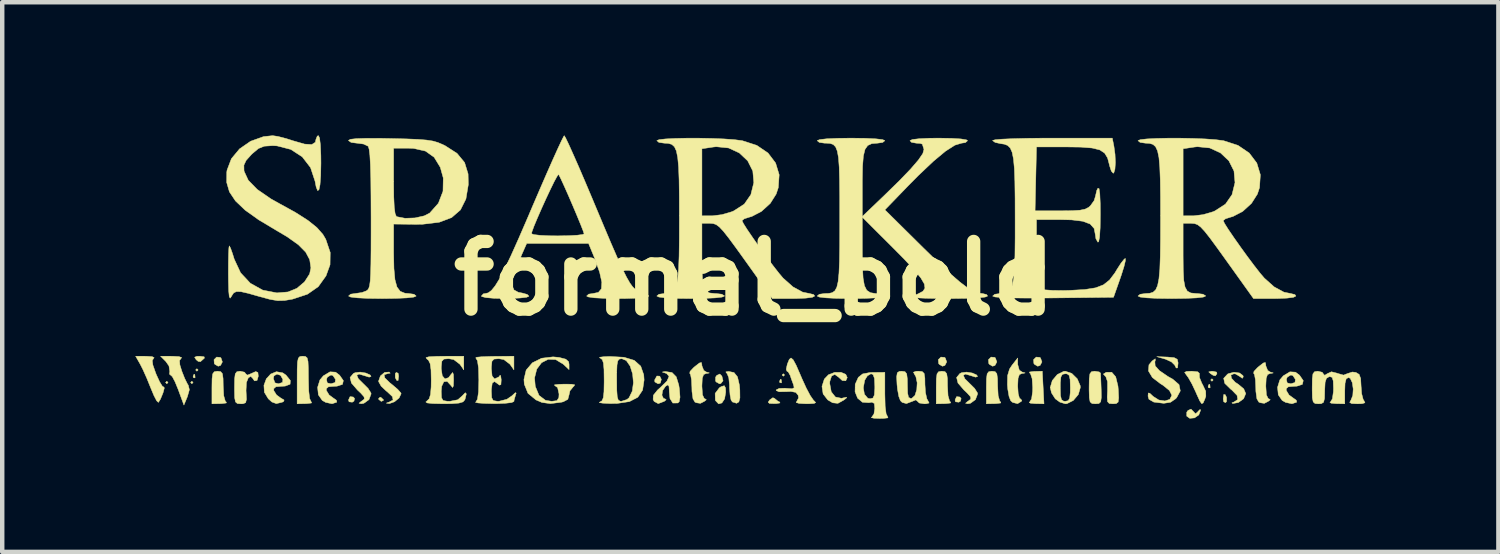
<source format=kicad_pcb>
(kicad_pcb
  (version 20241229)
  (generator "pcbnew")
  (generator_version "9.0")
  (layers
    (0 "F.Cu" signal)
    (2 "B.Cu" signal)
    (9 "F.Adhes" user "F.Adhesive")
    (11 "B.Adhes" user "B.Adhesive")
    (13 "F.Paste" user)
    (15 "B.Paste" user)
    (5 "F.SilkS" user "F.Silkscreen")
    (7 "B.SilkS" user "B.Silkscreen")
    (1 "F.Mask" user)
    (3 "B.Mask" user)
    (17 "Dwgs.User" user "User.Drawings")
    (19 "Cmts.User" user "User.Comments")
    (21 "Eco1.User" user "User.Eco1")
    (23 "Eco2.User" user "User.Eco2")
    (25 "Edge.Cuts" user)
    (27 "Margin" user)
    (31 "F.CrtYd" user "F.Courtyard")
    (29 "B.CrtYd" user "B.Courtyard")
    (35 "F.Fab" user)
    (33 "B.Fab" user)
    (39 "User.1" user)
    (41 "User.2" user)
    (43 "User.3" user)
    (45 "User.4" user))
  (footprint "formal_bold"
    (layer "F.Cu")
    (at 13.943 3.222)
    (property "Reference" "formal_bold" (at 0 0 0) (layer "F.SilkS") (effects (font (size 1.524 1.524) (thickness 0.3))))
    (attr through_hole)
    (fp_poly (pts (xy -13.208 2.342) (xy -13.236 2.371) (xy -13.264 2.342) (xy -13.236 2.314) (xy -13.208 2.342)) (stroke (width 0.01) (type solid)) (fill yes) (layer "F.SilkS"))
    (fp_poly (pts (xy -12.644 2.342) (xy -12.672 2.371) (xy -12.7 2.342) (xy -12.672 2.314) (xy -12.644 2.342)) (stroke (width 0.01) (type solid)) (fill yes) (layer "F.SilkS"))
    (fp_poly (pts (xy -12.531 2.06) (xy -12.559 2.088) (xy -12.587 2.06) (xy -12.559 2.032) (xy -12.531 2.06)) (stroke (width 0.01) (type solid)) (fill yes) (layer "F.SilkS"))
    (fp_poly (pts (xy 0.677 2.173) (xy 0.649 2.201) (xy 0.621 2.173) (xy 0.649 2.145) (xy 0.677 2.173)) (stroke (width 0.01) (type solid)) (fill yes) (layer "F.SilkS"))
    (fp_poly (pts (xy 10.329 2.286) (xy 10.301 2.314) (xy 10.273 2.286) (xy 10.301 2.258) (xy 10.329 2.286)) (stroke (width 0.01) (type solid)) (fill yes) (layer "F.SilkS"))
    (fp_poly (pts (xy -12.606 2.164) (xy -12.599 2.231) (xy -12.606 2.239) (xy -12.639 2.231) (xy -12.644 2.201) (xy -12.623 2.155) (xy -12.606 2.164)) (stroke (width 0.01) (type solid)) (fill yes) (layer "F.SilkS"))
    (fp_poly (pts (xy 0.602 2.277) (xy 0.609 2.344) (xy 0.602 2.352) (xy 0.569 2.344) (xy 0.564 2.314) (xy 0.585 2.268) (xy 0.602 2.277)) (stroke (width 0.01) (type solid)) (fill yes) (layer "F.SilkS"))
    (fp_poly (pts (xy 10.254 2.389) (xy 10.261 2.456) (xy 10.254 2.465) (xy 10.221 2.457) (xy 10.216 2.427) (xy 10.237 2.381) (xy 10.254 2.389)) (stroke (width 0.01) (type solid)) (fill yes) (layer "F.SilkS"))
    (fp_poly (pts (xy -9.037 2.669) (xy -9.007 2.703) (xy -9.022 2.763) (xy -9.06 2.786) (xy -9.132 2.777) (xy -9.144 2.736) (xy -9.109 2.661) (xy -9.037 2.669)) (stroke (width 0.01) (type solid)) (fill yes) (layer "F.SilkS"))
    (fp_poly (pts (xy -8.027 2.134) (xy -8.015 2.198) (xy -8.028 2.3) (xy -8.061 2.293) (xy -8.091 2.231) (xy -8.091 2.141) (xy -8.069 2.115) (xy -8.027 2.134)) (stroke (width 0.01) (type solid)) (fill yes) (layer "F.SilkS"))
    (fp_poly (pts (xy -2.134 2.2) (xy -2.099 2.272) (xy -2.121 2.356) (xy -2.173 2.371) (xy -2.245 2.33) (xy -2.248 2.283) (xy -2.199 2.196) (xy -2.134 2.2)) (stroke (width 0.01) (type solid)) (fill yes) (layer "F.SilkS"))
    (fp_poly (pts (xy 4.623 2.669) (xy 4.653 2.703) (xy 4.638 2.763) (xy 4.6 2.786) (xy 4.527 2.777) (xy 4.516 2.736) (xy 4.551 2.661) (xy 4.623 2.669)) (stroke (width 0.01) (type solid)) (fill yes) (layer "F.SilkS"))
    (fp_poly (pts (xy 10.601 2.617) (xy 10.631 2.679) (xy 10.631 2.77) (xy 10.609 2.796) (xy 10.567 2.777) (xy 10.555 2.713) (xy 10.568 2.611) (xy 10.601 2.617)) (stroke (width 0.01) (type solid)) (fill yes) (layer "F.SilkS"))
    (fp_poly (pts (xy -8.41 2.681) (xy -8.356 2.732) (xy -8.354 2.741) (xy -8.397 2.765) (xy -8.41 2.766) (xy -8.464 2.722) (xy -8.467 2.706) (xy -8.432 2.672) (xy -8.41 2.681)) (stroke (width 0.01) (type solid)) (fill yes) (layer "F.SilkS"))
    (fp_poly (pts (xy 10.406 2.108) (xy 10.414 2.145) (xy 10.378 2.193) (xy 10.331 2.182) (xy 10.273 2.145) (xy 10.229 2.104) (xy 10.286 2.09) (xy 10.319 2.089) (xy 10.406 2.108)) (stroke (width 0.01) (type solid)) (fill yes) (layer "F.SilkS"))
    (fp_poly (pts (xy -12.032 1.777) (xy -12.016 1.79) (xy -11.985 1.879) (xy -12.026 1.958) (xy -12.079 1.976) (xy -12.152 1.934) (xy -12.167 1.914) (xy -12.173 1.828) (xy -12.114 1.77) (xy -12.032 1.777)) (stroke (width 0.01) (type solid)) (fill yes) (layer "F.SilkS"))
    (fp_poly (pts (xy -0.735 2.199) (xy -0.709 2.304) (xy -0.76 2.366) (xy -0.79 2.371) (xy -0.863 2.33) (xy -0.878 2.309) (xy -0.877 2.222) (xy -0.851 2.183) (xy -0.782 2.151) (xy -0.735 2.199)) (stroke (width 0.01) (type solid)) (fill yes) (layer "F.SilkS"))
    (fp_poly (pts (xy 4.281 1.777) (xy 4.296 1.79) (xy 4.328 1.879) (xy 4.287 1.958) (xy 4.233 1.976) (xy 4.161 1.934) (xy 4.146 1.914) (xy 4.139 1.828) (xy 4.199 1.77) (xy 4.281 1.777)) (stroke (width 0.01) (type solid)) (fill yes) (layer "F.SilkS"))
    (fp_poly (pts (xy 5.41 1.777) (xy 5.425 1.79) (xy 5.457 1.879) (xy 5.415 1.958) (xy 5.362 1.976) (xy 5.29 1.934) (xy 5.275 1.914) (xy 5.268 1.828) (xy 5.328 1.77) (xy 5.41 1.777)) (stroke (width 0.01) (type solid)) (fill yes) (layer "F.SilkS"))
    (fp_poly (pts (xy 6.426 1.777) (xy 6.441 1.79) (xy 6.473 1.879) (xy 6.431 1.958) (xy 6.378 1.976) (xy 6.306 1.934) (xy 6.291 1.914) (xy 6.284 1.828) (xy 6.344 1.77) (xy 6.426 1.777)) (stroke (width 0.01) (type solid)) (fill yes) (layer "F.SilkS"))
    (fp_poly (pts (xy -12.396 1.763) (xy -12.389 1.793) (xy -12.39 1.794) (xy -12.464 1.86) (xy -12.474 1.872) (xy -12.529 1.867) (xy -12.575 1.829) (xy -12.61 1.773) (xy -12.557 1.752) (xy -12.491 1.751) (xy -12.396 1.763)) (stroke (width 0.01) (type solid)) (fill yes) (layer "F.SilkS"))
    (fp_poly (pts (xy 0.447 2.698) (xy 0.525 2.762) (xy 0.564 2.781) (xy 0.574 2.803) (xy 0.49 2.817) (xy 0.459 2.818) (xy 0.336 2.814) (xy 0.307 2.786) (xy 0.341 2.735) (xy 0.412 2.685) (xy 0.447 2.698)) (stroke (width 0.01) (type solid)) (fill yes) (layer "F.SilkS"))
    (fp_poly (pts (xy -0.653 2.465) (xy -0.649 2.56) (xy -0.674 2.71) (xy -0.735 2.803) (xy -0.809 2.824) (xy -0.875 2.755) (xy -0.883 2.738) (xy -0.887 2.588) (xy -0.792 2.462) (xy -0.751 2.436) (xy -0.68 2.414) (xy -0.653 2.465)) (stroke (width 0.01) (type solid)) (fill yes) (layer "F.SilkS"))
    (fp_poly (pts (xy 9.299 1.769) (xy 9.451 1.783) (xy 9.521 1.82) (xy 9.539 1.898) (xy 9.539 1.905) (xy 9.527 2.014) (xy 9.496 2.015) (xy 9.463 1.95) (xy 9.391 1.879) (xy 9.259 1.818) (xy 9.245 1.814) (xy 9.059 1.76) (xy 9.299 1.769)) (stroke (width 0.01) (type solid)) (fill yes) (layer "F.SilkS"))
    (fp_poly (pts (xy 9.88 2.992) (xy 9.932 3.048) (xy 9.983 3.002) (xy 9.99 2.992) (xy 10.035 2.948) (xy 10.046 2.966) (xy 10.006 3.072) (xy 9.91 3.139) (xy 9.802 3.149) (xy 9.734 3.1) (xy 9.734 3.012) (xy 9.761 2.973) (xy 9.83 2.942) (xy 9.88 2.992)) (stroke (width 0.01) (type solid)) (fill yes) (layer "F.SilkS"))
    (fp_poly (pts (xy 6.519 2.822) (xy 6.322 2.818) (xy 6.212 2.808) (xy 6.185 2.79) (xy 6.195 2.785) (xy 6.24 2.71) (xy 6.263 2.542) (xy 6.265 2.455) (xy 6.252 2.256) (xy 6.215 2.143) (xy 6.195 2.126) (xy 6.193 2.106) (xy 6.282 2.094) (xy 6.303 2.093) (xy 6.481 2.088) (xy 6.519 2.822)) (stroke (width 0.01) (type solid)) (fill yes) (layer "F.SilkS"))
    (fp_poly (pts (xy -12.022 2.098) (xy -11.984 2.144) (xy -11.969 2.253) (xy -11.966 2.422) (xy -11.954 2.641) (xy -11.919 2.763) (xy -11.896 2.785) (xy -11.897 2.804) (xy -11.987 2.816) (xy -12.023 2.818) (xy -12.22 2.822) (xy -12.22 2.455) (xy -12.217 2.258) (xy -12.203 2.148) (xy -12.167 2.1) (xy -12.103 2.089) (xy -12.093 2.088) (xy -12.022 2.098)) (stroke (width 0.01) (type solid)) (fill yes) (layer "F.SilkS"))
    (fp_poly (pts (xy -0.462 2.118) (xy -0.384 2.215) (xy -0.341 2.399) (xy -0.331 2.511) (xy -0.329 2.688) (xy -0.353 2.779) (xy -0.404 2.81) (xy -0.498 2.781) (xy -0.529 2.736) (xy -0.551 2.623) (xy -0.564 2.455) (xy -0.564 2.399) (xy -0.58 2.233) (xy -0.62 2.136) (xy -0.635 2.126) (xy -0.646 2.103) (xy -0.585 2.093) (xy -0.462 2.118)) (stroke (width 0.01) (type solid)) (fill yes) (layer "F.SilkS"))
    (fp_poly (pts (xy 4.29 2.098) (xy 4.328 2.144) (xy 4.344 2.253) (xy 4.346 2.422) (xy 4.358 2.641) (xy 4.394 2.763) (xy 4.417 2.785) (xy 4.416 2.804) (xy 4.325 2.816) (xy 4.29 2.818) (xy 4.092 2.822) (xy 4.092 2.455) (xy 4.095 2.258) (xy 4.11 2.148) (xy 4.145 2.1) (xy 4.209 2.089) (xy 4.219 2.088) (xy 4.29 2.098)) (stroke (width 0.01) (type solid)) (fill yes) (layer "F.SilkS"))
    (fp_poly (pts (xy 5.419 2.098) (xy 5.457 2.144) (xy 5.472 2.253) (xy 5.475 2.422) (xy 5.487 2.641) (xy 5.523 2.763) (xy 5.546 2.785) (xy 5.545 2.804) (xy 5.454 2.816) (xy 5.419 2.818) (xy 5.221 2.822) (xy 5.221 2.455) (xy 5.224 2.258) (xy 5.239 2.148) (xy 5.274 2.1) (xy 5.338 2.089) (xy 5.348 2.088) (xy 5.419 2.098)) (stroke (width 0.01) (type solid)) (fill yes) (layer "F.SilkS"))
    (fp_poly (pts (xy 8.134 2.214) (xy 8.185 2.422) (xy 8.193 2.515) (xy 8.201 2.691) (xy 8.189 2.783) (xy 8.145 2.817) (xy 8.072 2.822) (xy 7.989 2.815) (xy 7.95 2.773) (xy 7.943 2.669) (xy 7.95 2.533) (xy 7.95 2.323) (xy 7.912 2.211) (xy 7.896 2.197) (xy 7.856 2.152) (xy 7.919 2.113) (xy 8.045 2.111) (xy 8.134 2.214)) (stroke (width 0.01) (type solid)) (fill yes) (layer "F.SilkS"))
    (fp_poly (pts (xy 7.763 2.105) (xy 7.793 2.131) (xy 7.796 2.206) (xy 7.802 2.358) (xy 7.807 2.498) (xy 7.81 2.68) (xy 7.796 2.777) (xy 7.755 2.816) (xy 7.676 2.822) (xy 7.601 2.816) (xy 7.558 2.779) (xy 7.54 2.688) (xy 7.535 2.515) (xy 7.535 2.455) (xy 7.538 2.258) (xy 7.553 2.148) (xy 7.588 2.1) (xy 7.652 2.089) (xy 7.662 2.088) (xy 7.763 2.105)) (stroke (width 0.01) (type solid)) (fill yes) (layer "F.SilkS"))
    (fp_poly (pts (xy -10.114 1.756) (xy -10.076 1.788) (xy -10.056 1.868) (xy -10.049 2.019) (xy -10.047 2.253) (xy -10.04 2.53) (xy -10.02 2.703) (xy -9.984 2.78) (xy -9.977 2.785) (xy -9.978 2.804) (xy -10.068 2.816) (xy -10.104 2.818) (xy -10.301 2.822) (xy -10.301 2.286) (xy -10.3 2.037) (xy -10.293 1.881) (xy -10.274 1.794) (xy -10.24 1.758) (xy -10.185 1.75) (xy -10.174 1.75) (xy -10.114 1.756)) (stroke (width 0.01) (type solid)) (fill yes) (layer "F.SilkS"))
    (fp_poly (pts (xy 9.982 2.102) (xy 10.021 2.139) (xy 10.018 2.147) (xy 10.021 2.229) (xy 10.073 2.358) (xy 10.092 2.391) (xy 10.161 2.537) (xy 10.164 2.652) (xy 10.138 2.726) (xy 10.102 2.804) (xy 10.07 2.819) (xy 10.028 2.758) (xy 9.96 2.61) (xy 9.939 2.561) (xy 9.853 2.378) (xy 9.77 2.232) (xy 9.723 2.168) (xy 9.686 2.116) (xy 9.728 2.093) (xy 9.849 2.088) (xy 9.982 2.102)) (stroke (width 0.01) (type solid)) (fill yes) (layer "F.SilkS"))
    (fp_poly (pts (xy -13.109 1.751) (xy -12.962 1.759) (xy -12.902 1.781) (xy -12.913 1.797) (xy -12.95 1.848) (xy -12.942 1.946) (xy -12.898 2.088) (xy -12.833 2.252) (xy -12.772 2.375) (xy -12.753 2.403) (xy -12.728 2.505) (xy -12.773 2.662) (xy -12.851 2.85) (xy -12.98 2.499) (xy -13.051 2.326) (xy -13.113 2.209) (xy -13.153 2.174) (xy -13.153 2.174) (xy -13.177 2.153) (xy -13.169 2.094) (xy -13.188 1.969) (xy -13.259 1.868) (xy -13.377 1.75) (xy -13.109 1.751)) (stroke (width 0.01) (type solid)) (fill yes) (layer "F.SilkS"))
    (fp_poly (pts (xy -13.7 1.751) (xy -13.566 1.76) (xy -13.521 1.783) (xy -13.533 1.797) (xy -13.564 1.848) (xy -13.55 1.95) (xy -13.488 2.126) (xy -13.473 2.164) (xy -13.399 2.325) (xy -13.337 2.426) (xy -13.303 2.446) (xy -13.292 2.465) (xy -13.317 2.561) (xy -13.326 2.587) (xy -13.379 2.716) (xy -13.424 2.788) (xy -13.427 2.79) (xy -13.465 2.754) (xy -13.526 2.637) (xy -13.598 2.465) (xy -13.685 2.25) (xy -13.775 2.049) (xy -13.834 1.933) (xy -13.938 1.75) (xy -13.7 1.751)) (stroke (width 0.01) (type solid)) (fill yes) (layer "F.SilkS"))
    (fp_poly (pts (xy 2.055 2.159) (xy 2.088 2.231) (xy 2.055 2.304) (xy 1.976 2.298) (xy 1.892 2.221) (xy 1.807 2.16) (xy 1.735 2.197) (xy 1.696 2.317) (xy 1.693 2.363) (xy 1.728 2.552) (xy 1.821 2.669) (xy 1.957 2.698) (xy 1.981 2.693) (xy 2.074 2.673) (xy 2.065 2.696) (xy 2.007 2.74) (xy 1.877 2.812) (xy 1.759 2.799) (xy 1.649 2.734) (xy 1.545 2.6) (xy 1.519 2.43) (xy 1.572 2.265) (xy 1.665 2.168) (xy 1.805 2.114) (xy 1.948 2.113) (xy 2.055 2.159)) (stroke (width 0.01) (type solid)) (fill yes) (layer "F.SilkS"))
    (fp_poly (pts (xy 5.927 1.936) (xy 5.963 2.064) (xy 6.025 2.106) (xy 6.095 2.127) (xy 6.055 2.136) (xy 6.025 2.138) (xy 5.965 2.164) (xy 5.935 2.248) (xy 5.927 2.416) (xy 5.927 2.427) (xy 5.938 2.594) (xy 5.966 2.694) (xy 5.986 2.709) (xy 6.02 2.744) (xy 6.011 2.766) (xy 5.924 2.819) (xy 5.813 2.791) (xy 5.769 2.752) (xy 5.732 2.657) (xy 5.704 2.495) (xy 5.695 2.393) (xy 5.699 2.186) (xy 5.743 2.039) (xy 5.803 1.948) (xy 5.927 1.791) (xy 5.927 1.936)) (stroke (width 0.01) (type solid)) (fill yes) (layer "F.SilkS"))
    (fp_poly (pts (xy -8.205 2.132) (xy -8.255 2.14) (xy -8.342 2.168) (xy -8.327 2.238) (xy -8.21 2.352) (xy -8.156 2.395) (xy -8.036 2.497) (xy -7.966 2.576) (xy -7.959 2.595) (xy -8.004 2.689) (xy -8.108 2.776) (xy -8.22 2.816) (xy -8.231 2.816) (xy -8.293 2.807) (xy -8.247 2.789) (xy -8.227 2.783) (xy -8.141 2.736) (xy -8.155 2.661) (xy -8.272 2.55) (xy -8.297 2.531) (xy -8.409 2.425) (xy -8.465 2.324) (xy -8.467 2.311) (xy -8.426 2.195) (xy -8.331 2.115) (xy -8.229 2.107) (xy -8.205 2.132)) (stroke (width 0.01) (type solid)) (fill yes) (layer "F.SilkS"))
    (fp_poly (pts (xy -8.754 2.129) (xy -8.658 2.172) (xy -8.636 2.206) (xy -8.679 2.222) (xy -8.777 2.191) (xy -8.908 2.152) (xy -8.957 2.179) (xy -8.921 2.26) (xy -8.819 2.361) (xy -8.704 2.475) (xy -8.64 2.576) (xy -8.635 2.599) (xy -8.684 2.729) (xy -8.799 2.811) (xy -8.859 2.821) (xy -8.908 2.809) (xy -8.858 2.768) (xy -8.843 2.758) (xy -8.788 2.716) (xy -8.794 2.665) (xy -8.869 2.58) (xy -8.942 2.512) (xy -9.078 2.355) (xy -9.109 2.23) (xy -9.034 2.14) (xy -8.994 2.121) (xy -8.883 2.108) (xy -8.754 2.129)) (stroke (width 0.01) (type solid)) (fill yes) (layer "F.SilkS"))
    (fp_poly (pts (xy 4.905 2.129) (xy 5.001 2.172) (xy 5.024 2.206) (xy 4.98 2.222) (xy 4.882 2.191) (xy 4.751 2.152) (xy 4.702 2.179) (xy 4.738 2.26) (xy 4.841 2.361) (xy 4.956 2.475) (xy 5.02 2.576) (xy 5.024 2.599) (xy 4.975 2.729) (xy 4.861 2.811) (xy 4.801 2.821) (xy 4.752 2.809) (xy 4.801 2.768) (xy 4.817 2.758) (xy 4.871 2.716) (xy 4.866 2.665) (xy 4.79 2.58) (xy 4.718 2.512) (xy 4.582 2.355) (xy 4.551 2.23) (xy 4.625 2.14) (xy 4.666 2.121) (xy 4.777 2.108) (xy 4.905 2.129)) (stroke (width 0.01) (type solid)) (fill yes) (layer "F.SilkS"))
    (fp_poly (pts (xy 10.923 2.128) (xy 11 2.186) (xy 11.007 2.216) (xy 10.985 2.248) (xy 10.939 2.213) (xy 10.839 2.152) (xy 10.798 2.145) (xy 10.729 2.174) (xy 10.741 2.246) (xy 10.824 2.336) (xy 10.894 2.382) (xy 11.018 2.486) (xy 11.063 2.592) (xy 11.014 2.708) (xy 10.897 2.793) (xy 10.77 2.816) (xy 10.751 2.8) (xy 10.795 2.783) (xy 10.883 2.726) (xy 10.868 2.634) (xy 10.753 2.515) (xy 10.724 2.492) (xy 10.59 2.361) (xy 10.566 2.248) (xy 10.654 2.153) (xy 10.67 2.144) (xy 10.798 2.111) (xy 10.923 2.128)) (stroke (width 0.01) (type solid)) (fill yes) (layer "F.SilkS"))
    (fp_poly (pts (xy -11.486 2.11) (xy -11.458 2.147) (xy -11.424 2.176) (xy -11.349 2.147) (xy -11.234 2.096) (xy -11.185 2.116) (xy -11.176 2.201) (xy -11.204 2.296) (xy -11.262 2.306) (xy -11.305 2.244) (xy -11.347 2.203) (xy -11.401 2.238) (xy -11.443 2.342) (xy -11.452 2.522) (xy -11.45 2.563) (xy -11.442 2.721) (xy -11.461 2.797) (xy -11.52 2.821) (xy -11.571 2.822) (xy -11.647 2.816) (xy -11.689 2.78) (xy -11.708 2.688) (xy -11.712 2.516) (xy -11.712 2.455) (xy -11.709 2.258) (xy -11.695 2.148) (xy -11.659 2.1) (xy -11.595 2.089) (xy -11.585 2.088) (xy -11.486 2.11)) (stroke (width 0.01) (type solid)) (fill yes) (layer "F.SilkS"))
    (fp_poly (pts (xy -1.185 1.947) (xy -1.185 1.967) (xy -1.143 2.071) (xy -1.087 2.106) (xy -1.017 2.127) (xy -1.057 2.136) (xy -1.087 2.138) (xy -1.147 2.164) (xy -1.177 2.248) (xy -1.185 2.416) (xy -1.185 2.427) (xy -1.172 2.621) (xy -1.131 2.706) (xy -1.115 2.71) (xy -1.085 2.73) (xy -1.129 2.766) (xy -1.219 2.812) (xy -1.304 2.799) (xy -1.341 2.785) (xy -1.386 2.71) (xy -1.409 2.542) (xy -1.411 2.455) (xy -1.419 2.284) (xy -1.44 2.166) (xy -1.459 2.135) (xy -1.452 2.093) (xy -1.375 2.01) (xy -1.346 1.985) (xy -1.241 1.903) (xy -1.196 1.892) (xy -1.185 1.947)) (stroke (width 0.01) (type solid)) (fill yes) (layer "F.SilkS"))
    (fp_poly (pts (xy 11.515 1.947) (xy 11.515 1.967) (xy 11.557 2.071) (xy 11.613 2.106) (xy 11.683 2.127) (xy 11.643 2.136) (xy 11.613 2.138) (xy 11.553 2.164) (xy 11.523 2.248) (xy 11.515 2.416) (xy 11.515 2.427) (xy 11.528 2.621) (xy 11.569 2.706) (xy 11.585 2.71) (xy 11.615 2.73) (xy 11.571 2.766) (xy 11.481 2.812) (xy 11.396 2.799) (xy 11.359 2.785) (xy 11.314 2.71) (xy 11.291 2.542) (xy 11.289 2.455) (xy 11.281 2.284) (xy 11.26 2.166) (xy 11.241 2.135) (xy 11.248 2.093) (xy 11.325 2.01) (xy 11.354 1.985) (xy 11.459 1.903) (xy 11.504 1.892) (xy 11.515 1.947)) (stroke (width 0.01) (type solid)) (fill yes) (layer "F.SilkS"))
    (fp_poly (pts (xy -9.434 2.11) (xy -9.346 2.177) (xy -9.26 2.3) (xy -9.28 2.385) (xy -9.403 2.425) (xy -9.459 2.427) (xy -9.594 2.438) (xy -9.643 2.481) (xy -9.642 2.524) (xy -9.58 2.624) (xy -9.497 2.685) (xy -9.415 2.744) (xy -9.408 2.785) (xy -9.514 2.821) (xy -9.658 2.79) (xy -9.735 2.746) (xy -9.823 2.62) (xy -9.84 2.451) (xy -9.788 2.285) (xy -9.777 2.272) (xy -9.641 2.272) (xy -9.622 2.352) (xy -9.539 2.371) (xy -9.446 2.342) (xy -9.437 2.272) (xy -9.493 2.188) (xy -9.539 2.173) (xy -9.619 2.22) (xy -9.641 2.272) (xy -9.777 2.272) (xy -9.712 2.193) (xy -9.56 2.102) (xy -9.434 2.11)) (stroke (width 0.01) (type solid)) (fill yes) (layer "F.SilkS"))
    (fp_poly (pts (xy -1.858 2.118) (xy -1.763 2.214) (xy -1.706 2.399) (xy -1.693 2.484) (xy -1.678 2.674) (xy -1.697 2.776) (xy -1.728 2.804) (xy -1.84 2.805) (xy -1.904 2.705) (xy -1.919 2.558) (xy -1.926 2.43) (xy -1.953 2.396) (xy -2.004 2.427) (xy -2.069 2.522) (xy -2.086 2.628) (xy -2.051 2.701) (xy -2.018 2.71) (xy -1.989 2.73) (xy -2.032 2.766) (xy -2.169 2.818) (xy -2.261 2.768) (xy -2.284 2.723) (xy -2.278 2.629) (xy -2.184 2.512) (xy -2.12 2.455) (xy -1.972 2.309) (xy -1.925 2.206) (xy -1.979 2.141) (xy -2.018 2.127) (xy -2.077 2.107) (xy -2.029 2.097) (xy -2.004 2.096) (xy -1.858 2.118)) (stroke (width 0.01) (type solid)) (fill yes) (layer "F.SilkS"))
    (fp_poly (pts (xy 9.028 1.839) (xy 9.016 1.875) (xy 9.023 1.968) (xy 9.118 2.075) (xy 9.307 2.205) (xy 9.421 2.269) (xy 9.56 2.389) (xy 9.589 2.531) (xy 9.507 2.684) (xy 9.483 2.709) (xy 9.368 2.788) (xy 9.217 2.811) (xy 8.997 2.784) (xy 8.989 2.782) (xy 8.883 2.72) (xy 8.862 2.649) (xy 8.868 2.578) (xy 8.902 2.585) (xy 8.978 2.656) (xy 9.106 2.737) (xy 9.242 2.758) (xy 9.352 2.722) (xy 9.398 2.632) (xy 9.398 2.628) (xy 9.345 2.523) (xy 9.194 2.401) (xy 9.144 2.371) (xy 8.96 2.23) (xy 8.872 2.083) (xy 8.883 1.944) (xy 8.954 1.858) (xy 9.024 1.808) (xy 9.028 1.839)) (stroke (width 0.01) (type solid)) (fill yes) (layer "F.SilkS"))
    (fp_poly (pts (xy 12.184 2.11) (xy 12.273 2.177) (xy 12.358 2.3) (xy 12.338 2.385) (xy 12.215 2.425) (xy 12.16 2.427) (xy 12.024 2.438) (xy 11.975 2.481) (xy 11.977 2.524) (xy 12.038 2.624) (xy 12.122 2.685) (xy 12.203 2.744) (xy 12.21 2.785) (xy 12.104 2.821) (xy 11.96 2.79) (xy 11.883 2.746) (xy 11.796 2.62) (xy 11.779 2.451) (xy 11.83 2.285) (xy 11.841 2.272) (xy 11.977 2.272) (xy 11.997 2.352) (xy 12.079 2.371) (xy 12.172 2.342) (xy 12.181 2.272) (xy 12.126 2.188) (xy 12.079 2.173) (xy 11.999 2.22) (xy 11.977 2.272) (xy 11.841 2.272) (xy 11.907 2.193) (xy 12.058 2.102) (xy 12.184 2.11)) (stroke (width 0.01) (type solid)) (fill yes) (layer "F.SilkS"))
    (fp_poly (pts (xy -10.625 2.125) (xy -10.553 2.175) (xy -10.454 2.297) (xy -10.46 2.381) (xy -10.571 2.423) (xy -10.644 2.427) (xy -10.779 2.438) (xy -10.828 2.481) (xy -10.827 2.524) (xy -10.765 2.623) (xy -10.678 2.687) (xy -10.594 2.738) (xy -10.608 2.772) (xy -10.641 2.787) (xy -10.77 2.818) (xy -10.87 2.781) (xy -10.95 2.709) (xy -11.039 2.563) (xy -11.049 2.406) (xy -10.996 2.262) (xy -10.989 2.254) (xy -10.837 2.254) (xy -10.8 2.35) (xy -10.72 2.371) (xy -10.63 2.34) (xy -10.622 2.273) (xy -10.675 2.181) (xy -10.756 2.153) (xy -10.823 2.193) (xy -10.837 2.254) (xy -10.989 2.254) (xy -10.897 2.152) (xy -10.768 2.099) (xy -10.625 2.125)) (stroke (width 0.01) (type solid)) (fill yes) (layer "F.SilkS"))
    (fp_poly (pts (xy 7.145 2.138) (xy 7.269 2.26) (xy 7.335 2.415) (xy 7.338 2.455) (xy 7.292 2.613) (xy 7.179 2.747) (xy 7.036 2.819) (xy 6.999 2.822) (xy 6.876 2.784) (xy 6.773 2.709) (xy 6.688 2.575) (xy 6.66 2.455) (xy 6.886 2.455) (xy 6.891 2.635) (xy 6.912 2.728) (xy 6.96 2.762) (xy 6.999 2.766) (xy 7.064 2.752) (xy 7.098 2.694) (xy 7.111 2.564) (xy 7.112 2.455) (xy 7.107 2.276) (xy 7.086 2.182) (xy 7.039 2.148) (xy 6.999 2.145) (xy 6.934 2.158) (xy 6.9 2.217) (xy 6.887 2.346) (xy 6.886 2.455) (xy 6.66 2.455) (xy 6.706 2.298) (xy 6.819 2.163) (xy 6.962 2.092) (xy 6.999 2.088) (xy 7.145 2.138)) (stroke (width 0.01) (type solid)) (fill yes) (layer "F.SilkS"))
    (fp_poly (pts (xy 0.87 1.83) (xy 0.937 1.953) (xy 1.031 2.169) (xy 1.069 2.258) (xy 1.164 2.466) (xy 1.255 2.637) (xy 1.327 2.741) (xy 1.339 2.752) (xy 1.378 2.793) (xy 1.342 2.814) (xy 1.215 2.821) (xy 1.154 2.821) (xy 1.002 2.813) (xy 0.937 2.792) (xy 0.947 2.775) (xy 0.992 2.689) (xy 0.982 2.629) (xy 0.93 2.565) (xy 0.82 2.544) (xy 0.705 2.549) (xy 0.549 2.55) (xy 0.487 2.522) (xy 0.489 2.509) (xy 0.554 2.476) (xy 0.685 2.471) (xy 0.716 2.474) (xy 0.848 2.483) (xy 0.893 2.459) (xy 0.877 2.392) (xy 0.825 2.25) (xy 0.805 2.187) (xy 0.759 2.104) (xy 0.73 2.088) (xy 0.714 2.043) (xy 0.738 1.931) (xy 0.744 1.915) (xy 0.783 1.821) (xy 0.822 1.79) (xy 0.87 1.83)) (stroke (width 0.01) (type solid)) (fill yes) (layer "F.SilkS"))
    (fp_poly (pts (xy 3.389 2.099) (xy 3.427 2.147) (xy 3.441 2.261) (xy 3.443 2.403) (xy 3.448 2.583) (xy 3.468 2.675) (xy 3.511 2.702) (xy 3.542 2.699) (xy 3.612 2.635) (xy 3.654 2.504) (xy 3.663 2.348) (xy 3.634 2.211) (xy 3.609 2.169) (xy 3.579 2.111) (xy 3.638 2.09) (xy 3.69 2.088) (xy 3.776 2.096) (xy 3.82 2.138) (xy 3.836 2.241) (xy 3.838 2.388) (xy 3.85 2.57) (xy 3.881 2.709) (xy 3.906 2.754) (xy 3.932 2.804) (xy 3.864 2.821) (xy 3.821 2.822) (xy 3.71 2.804) (xy 3.669 2.764) (xy 3.634 2.734) (xy 3.56 2.764) (xy 3.42 2.817) (xy 3.326 2.791) (xy 3.286 2.752) (xy 3.25 2.658) (xy 3.22 2.495) (xy 3.209 2.385) (xy 3.201 2.212) (xy 3.215 2.124) (xy 3.261 2.092) (xy 3.316 2.088) (xy 3.389 2.099)) (stroke (width 0.01) (type solid)) (fill yes) (layer "F.SilkS"))
    (fp_poly (pts (xy 2.935 2.604) (xy 2.942 2.878) (xy 2.964 3.048) (xy 3.001 3.121) (xy 3.006 3.124) (xy 2.999 3.14) (xy 2.903 3.15) (xy 2.822 3.152) (xy 2.688 3.147) (xy 2.63 3.133) (xy 2.639 3.124) (xy 2.689 3.052) (xy 2.709 2.929) (xy 2.698 2.815) (xy 2.645 2.785) (xy 2.576 2.797) (xy 2.43 2.787) (xy 2.322 2.696) (xy 2.264 2.552) (xy 2.266 2.46) (xy 2.45 2.46) (xy 2.475 2.607) (xy 2.55 2.696) (xy 2.603 2.709) (xy 2.667 2.692) (xy 2.699 2.624) (xy 2.709 2.476) (xy 2.709 2.427) (xy 2.701 2.25) (xy 2.67 2.164) (xy 2.623 2.145) (xy 2.542 2.192) (xy 2.482 2.29) (xy 2.45 2.46) (xy 2.266 2.46) (xy 2.267 2.383) (xy 2.338 2.226) (xy 2.435 2.149) (xy 2.599 2.118) (xy 2.677 2.115) (xy 2.935 2.114) (xy 2.935 2.604)) (stroke (width 0.01) (type solid)) (fill yes) (layer "F.SilkS"))
    (fp_poly (pts (xy -4.401 1.778) (xy -4.251 1.817) (xy -4.186 1.876) (xy -4.177 1.934) (xy -4.177 2.052) (xy -4.308 1.929) (xy -4.479 1.826) (xy -4.648 1.82) (xy -4.796 1.896) (xy -4.904 2.04) (xy -4.954 2.238) (xy -4.938 2.429) (xy -4.853 2.634) (xy -4.707 2.744) (xy -4.568 2.766) (xy -4.45 2.751) (xy -4.407 2.682) (xy -4.403 2.601) (xy -4.435 2.457) (xy -4.501 2.41) (xy -4.506 2.395) (xy -4.418 2.384) (xy -4.29 2.379) (xy -4.119 2.381) (xy -4.049 2.395) (xy -4.068 2.426) (xy -4.078 2.432) (xy -4.157 2.53) (xy -4.177 2.62) (xy -4.205 2.722) (xy -4.307 2.776) (xy -4.353 2.787) (xy -4.598 2.818) (xy -4.788 2.792) (xy -4.923 2.734) (xy -5.102 2.586) (xy -5.185 2.381) (xy -5.193 2.274) (xy -5.143 2.063) (xy -5.004 1.899) (xy -4.796 1.796) (xy -4.537 1.765) (xy -4.401 1.778)) (stroke (width 0.01) (type solid)) (fill yes) (layer "F.SilkS"))
    (fp_poly (pts (xy -2.939 1.774) (xy -2.708 1.844) (xy -2.563 1.974) (xy -2.495 2.169) (xy -2.487 2.286) (xy -2.521 2.514) (xy -2.628 2.674) (xy -2.817 2.772) (xy -3.096 2.814) (xy -3.263 2.816) (xy -3.417 2.808) (xy -3.495 2.796) (xy -3.485 2.783) (xy -3.436 2.755) (xy -3.406 2.686) (xy -3.391 2.553) (xy -3.387 2.335) (xy -3.387 2.286) (xy -3.104 2.286) (xy -3.102 2.52) (xy -3.092 2.663) (xy -3.069 2.737) (xy -3.028 2.763) (xy -2.998 2.766) (xy -2.874 2.726) (xy -2.826 2.686) (xy -2.753 2.536) (xy -2.728 2.347) (xy -2.746 2.148) (xy -2.802 1.972) (xy -2.888 1.848) (xy -2.989 1.806) (xy -3.045 1.815) (xy -3.079 1.854) (xy -3.097 1.947) (xy -3.104 2.116) (xy -3.104 2.286) (xy -3.387 2.286) (xy -3.39 2.05) (xy -3.403 1.904) (xy -3.43 1.826) (xy -3.475 1.792) (xy -3.485 1.789) (xy -3.489 1.774) (xy -3.4 1.762) (xy -3.263 1.756) (xy -2.939 1.774)) (stroke (width 0.01) (type solid)) (fill yes) (layer "F.SilkS"))
    (fp_poly (pts (xy -6.548 2.057) (xy -6.635 1.932) (xy -6.775 1.825) (xy -6.889 1.806) (xy -6.996 1.815) (xy -7.043 1.865) (xy -7.055 1.986) (xy -7.056 2.032) (xy -7.032 2.192) (xy -6.972 2.261) (xy -6.891 2.233) (xy -6.834 2.159) (xy -6.798 2.117) (xy -6.781 2.163) (xy -6.777 2.286) (xy -6.782 2.42) (xy -6.801 2.455) (xy -6.834 2.413) (xy -6.922 2.317) (xy -6.997 2.325) (xy -7.046 2.428) (xy -7.056 2.54) (xy -7.05 2.685) (xy -7.013 2.749) (xy -6.917 2.765) (xy -6.861 2.766) (xy -6.682 2.731) (xy -6.579 2.64) (xy -6.514 2.572) (xy -6.491 2.599) (xy -6.517 2.71) (xy -6.525 2.733) (xy -6.566 2.779) (xy -6.657 2.806) (xy -6.822 2.819) (xy -7.019 2.821) (xy -7.246 2.816) (xy -7.371 2.803) (xy -7.403 2.781) (xy -7.38 2.761) (xy -7.327 2.709) (xy -7.297 2.611) (xy -7.283 2.442) (xy -7.281 2.286) (xy -7.286 2.059) (xy -7.305 1.919) (xy -7.344 1.84) (xy -7.38 1.811) (xy -7.4 1.782) (xy -7.334 1.763) (xy -7.171 1.754) (xy -7.013 1.751) (xy -6.548 1.75) (xy -6.548 2.057)) (stroke (width 0.01) (type solid)) (fill yes) (layer "F.SilkS"))
    (fp_poly (pts (xy -5.419 2.057) (xy -5.507 1.932) (xy -5.646 1.825) (xy -5.761 1.806) (xy -5.867 1.815) (xy -5.914 1.865) (xy -5.926 1.986) (xy -5.927 2.032) (xy -5.911 2.193) (xy -5.862 2.256) (xy -5.847 2.258) (xy -5.756 2.215) (xy -5.738 2.187) (xy -5.718 2.184) (xy -5.706 2.272) (xy -5.705 2.283) (xy -5.712 2.391) (xy -5.745 2.402) (xy -5.769 2.382) (xy -5.856 2.32) (xy -5.907 2.355) (xy -5.926 2.493) (xy -5.927 2.54) (xy -5.92 2.685) (xy -5.884 2.749) (xy -5.794 2.765) (xy -5.757 2.766) (xy -5.577 2.72) (xy -5.465 2.643) (xy -5.386 2.571) (xy -5.368 2.581) (xy -5.381 2.619) (xy -5.413 2.73) (xy -5.419 2.77) (xy -5.471 2.794) (xy -5.609 2.81) (xy -5.808 2.818) (xy -5.884 2.818) (xy -6.087 2.813) (xy -6.227 2.803) (xy -6.284 2.79) (xy -6.279 2.785) (xy -6.24 2.719) (xy -6.216 2.555) (xy -6.209 2.286) (xy -6.216 2.017) (xy -6.24 1.853) (xy -6.279 1.787) (xy -6.261 1.774) (xy -6.151 1.763) (xy -5.97 1.756) (xy -5.884 1.754) (xy -5.419 1.75) (xy -5.419 2.057)) (stroke (width 0.01) (type solid)) (fill yes) (layer "F.SilkS"))
    (fp_poly (pts (xy 12.785 2.112) (xy 12.813 2.152) (xy 12.841 2.181) (xy 12.899 2.144) (xy 12.993 2.101) (xy 13.116 2.132) (xy 13.131 2.138) (xy 13.266 2.176) (xy 13.353 2.142) (xy 13.464 2.106) (xy 13.544 2.116) (xy 13.617 2.16) (xy 13.651 2.252) (xy 13.66 2.42) (xy 13.673 2.593) (xy 13.707 2.723) (xy 13.727 2.754) (xy 13.748 2.799) (xy 13.682 2.819) (xy 13.579 2.822) (xy 13.445 2.816) (xy 13.404 2.79) (xy 13.431 2.741) (xy 13.474 2.634) (xy 13.483 2.489) (xy 13.463 2.347) (xy 13.417 2.25) (xy 13.377 2.23) (xy 13.325 2.259) (xy 13.299 2.36) (xy 13.293 2.526) (xy 13.293 2.822) (xy 13.095 2.818) (xy 12.985 2.808) (xy 12.958 2.79) (xy 12.968 2.785) (xy 13.014 2.711) (xy 13.037 2.548) (xy 13.039 2.475) (xy 13.033 2.307) (xy 13.009 2.227) (xy 12.958 2.21) (xy 12.94 2.212) (xy 12.88 2.248) (xy 12.85 2.34) (xy 12.841 2.517) (xy 12.841 2.527) (xy 12.837 2.699) (xy 12.816 2.787) (xy 12.764 2.819) (xy 12.7 2.822) (xy 12.624 2.816) (xy 12.582 2.779) (xy 12.563 2.688) (xy 12.559 2.515) (xy 12.559 2.455) (xy 12.562 2.258) (xy 12.576 2.148) (xy 12.612 2.1) (xy 12.676 2.089) (xy 12.686 2.088) (xy 12.785 2.112)) (stroke (width 0.01) (type solid)) (fill yes) (layer "F.SilkS"))
    (fp_poly (pts (xy -8.404 -3.156) (xy -8.199 -3.152) (xy -7.845 -3.144) (xy -7.582 -3.133) (xy -7.39 -3.118) (xy -7.247 -3.096) (xy -7.132 -3.063) (xy -7.023 -3.017) (xy -6.971 -2.992) (xy -6.7 -2.818) (xy -6.53 -2.612) (xy -6.451 -2.355) (xy -6.446 -2.114) (xy -6.5 -1.791) (xy -6.623 -1.545) (xy -6.822 -1.372) (xy -7.103 -1.266) (xy -7.473 -1.222) (xy -7.634 -1.22) (xy -8.128 -1.226) (xy -8.128 -0.569) (xy -8.121 -0.223) (xy -8.098 0.026) (xy -8.053 0.191) (xy -7.979 0.289) (xy -7.872 0.332) (xy -7.786 0.339) (xy -7.669 0.355) (xy -7.62 0.395) (xy -7.675 0.419) (xy -7.831 0.437) (xy -8.078 0.448) (xy -8.382 0.452) (xy -8.704 0.448) (xy -8.945 0.436) (xy -9.096 0.418) (xy -9.144 0.395) (xy -9.096 0.353) (xy -8.999 0.339) (xy -8.841 0.316) (xy -8.745 0.28) (xy -8.713 0.258) (xy -8.688 0.221) (xy -8.669 0.157) (xy -8.655 0.052) (xy -8.646 -0.106) (xy -8.64 -0.329) (xy -8.637 -0.632) (xy -8.636 -1.025) (xy -8.636 -1.345) (xy -8.638 -1.852) (xy -8.642 -2.254) (xy -8.651 -2.559) (xy -8.663 -2.776) (xy -8.68 -2.913) (xy -8.687 -2.935) (xy -8.128 -2.935) (xy -8.128 -2.178) (xy -8.125 -1.843) (xy -8.114 -1.609) (xy -8.095 -1.465) (xy -8.067 -1.398) (xy -8.057 -1.392) (xy -7.871 -1.356) (xy -7.647 -1.364) (xy -7.438 -1.411) (xy -7.316 -1.473) (xy -7.12 -1.694) (xy -7.016 -1.965) (xy -7.01 -2.264) (xy -7.077 -2.504) (xy -7.215 -2.73) (xy -7.41 -2.869) (xy -7.677 -2.93) (xy -7.797 -2.935) (xy -8.128 -2.935) (xy -8.687 -2.935) (xy -8.701 -2.977) (xy -8.704 -2.98) (xy -8.804 -3.028) (xy -8.954 -3.048) (xy -8.958 -3.048) (xy -9.084 -3.064) (xy -9.143 -3.105) (xy -9.144 -3.11) (xy -9.101 -3.135) (xy -8.967 -3.15) (xy -8.737 -3.157) (xy -8.404 -3.156)) (stroke (width 0.01) (type solid)) (fill yes) (layer "F.SilkS"))
    (fp_poly (pts (xy -9.796 -3.163) (xy -9.777 -3.011) (xy -9.767 -2.775) (xy -9.765 -2.596) (xy -9.771 -2.313) (xy -9.786 -2.111) (xy -9.81 -1.998) (xy -9.84 -1.979) (xy -9.873 -2.063) (xy -9.898 -2.192) (xy -9.999 -2.497) (xy -10.186 -2.74) (xy -10.444 -2.907) (xy -10.755 -2.987) (xy -10.856 -2.992) (xy -11.04 -2.98) (xy -11.172 -2.928) (xy -11.308 -2.814) (xy -11.33 -2.793) (xy -11.45 -2.659) (xy -11.5 -2.553) (xy -11.498 -2.434) (xy -11.494 -2.412) (xy -11.402 -2.213) (xy -11.2 -2.006) (xy -10.891 -1.793) (xy -10.71 -1.692) (xy -10.338 -1.487) (xy -10.059 -1.309) (xy -9.858 -1.148) (xy -9.721 -0.993) (xy -9.656 -0.882) (xy -9.556 -0.586) (xy -9.56 -0.309) (xy -9.651 -0.059) (xy -9.825 0.184) (xy -10.069 0.354) (xy -10.399 0.463) (xy -10.412 0.466) (xy -10.589 0.496) (xy -10.739 0.499) (xy -10.908 0.471) (xy -11.137 0.409) (xy -11.146 0.407) (xy -11.398 0.335) (xy -11.565 0.297) (xy -11.668 0.294) (xy -11.731 0.325) (xy -11.775 0.391) (xy -11.784 0.409) (xy -11.811 0.443) (xy -11.83 0.405) (xy -11.842 0.283) (xy -11.848 0.066) (xy -11.85 -0.099) (xy -11.849 -0.351) (xy -11.845 -0.556) (xy -11.838 -0.691) (xy -11.829 -0.734) (xy -11.801 -0.685) (xy -11.756 -0.558) (xy -11.718 -0.436) (xy -11.575 -0.129) (xy -11.355 0.107) (xy -11.076 0.262) (xy -10.757 0.324) (xy -10.506 0.303) (xy -10.306 0.221) (xy -10.134 0.075) (xy -10.02 -0.102) (xy -9.991 -0.238) (xy -10.018 -0.423) (xy -10.108 -0.593) (xy -10.273 -0.76) (xy -10.525 -0.939) (xy -10.758 -1.077) (xy -11.165 -1.32) (xy -11.473 -1.54) (xy -11.69 -1.747) (xy -11.826 -1.951) (xy -11.888 -2.164) (xy -11.886 -2.395) (xy -11.879 -2.442) (xy -11.782 -2.697) (xy -11.598 -2.919) (xy -11.349 -3.091) (xy -11.059 -3.195) (xy -10.852 -3.217) (xy -10.732 -3.199) (xy -10.55 -3.152) (xy -10.384 -3.099) (xy -10.134 -3.027) (xy -9.972 -3.017) (xy -9.891 -3.068) (xy -9.878 -3.131) (xy -9.848 -3.207) (xy -9.821 -3.217) (xy -9.796 -3.163)) (stroke (width 0.01) (type solid)) (fill yes) (layer "F.SilkS"))
    (fp_poly (pts (xy -4.255 -3.167) (xy -4.187 -3.026) (xy -4.088 -2.806) (xy -3.962 -2.521) (xy -3.817 -2.183) (xy -3.657 -1.805) (xy -3.612 -1.697) (xy -3.402 -1.197) (xy -3.23 -0.79) (xy -3.09 -0.468) (xy -2.976 -0.218) (xy -2.884 -0.033) (xy -2.808 0.1) (xy -2.742 0.191) (xy -2.682 0.248) (xy -2.621 0.284) (xy -2.555 0.308) (xy -2.553 0.308) (xy -2.416 0.358) (xy -2.382 0.397) (xy -2.453 0.425) (xy -2.632 0.442) (xy -2.921 0.451) (xy -3.076 0.452) (xy -3.382 0.447) (xy -3.609 0.435) (xy -3.746 0.415) (xy -3.782 0.395) (xy -3.734 0.352) (xy -3.643 0.339) (xy -3.516 0.313) (xy -3.448 0.231) (xy -3.439 0.082) (xy -3.489 -0.142) (xy -3.599 -0.451) (xy -3.639 -0.55) (xy -3.738 -0.79) (xy -5.131 -0.79) (xy -5.241 -0.542) (xy -5.371 -0.229) (xy -5.444 -0.000184) (xy -5.46 0.158) (xy -5.418 0.257) (xy -5.318 0.312) (xy -5.23 0.328) (xy -5.119 0.359) (xy -5.08 0.399) (xy -5.132 0.422) (xy -5.273 0.439) (xy -5.478 0.45) (xy -5.616 0.452) (xy -5.869 0.446) (xy -6.051 0.43) (xy -6.144 0.406) (xy -6.152 0.395) (xy -6.107 0.345) (xy -6.065 0.339) (xy -5.997 0.323) (xy -5.924 0.268) (xy -5.842 0.167) (xy -5.744 0.009) (xy -5.628 -0.215) (xy -5.486 -0.512) (xy -5.315 -0.894) (xy -5.265 -1.009) (xy -5.024 -1.009) (xy -4.971 -0.989) (xy -4.829 -0.972) (xy -4.621 -0.962) (xy -4.431 -0.96) (xy -4.188 -0.964) (xy -3.993 -0.975) (xy -3.87 -0.991) (xy -3.838 -1.005) (xy -3.86 -1.073) (xy -3.917 -1.218) (xy -3.999 -1.417) (xy -4.095 -1.644) (xy -4.194 -1.874) (xy -4.287 -2.083) (xy -4.361 -2.244) (xy -4.407 -2.335) (xy -4.414 -2.344) (xy -4.444 -2.306) (xy -4.509 -2.188) (xy -4.596 -2.01) (xy -4.696 -1.798) (xy -4.798 -1.573) (xy -4.892 -1.358) (xy -4.968 -1.176) (xy -5.014 -1.05) (xy -5.024 -1.009) (xy -5.265 -1.009) (xy -5.11 -1.367) (xy -5.019 -1.581) (xy -4.847 -1.981) (xy -4.688 -2.347) (xy -4.548 -2.664) (xy -4.432 -2.921) (xy -4.346 -3.105) (xy -4.295 -3.204) (xy -4.285 -3.217) (xy -4.255 -3.167)) (stroke (width 0.01) (type solid)) (fill yes) (layer "F.SilkS"))
    (fp_poly (pts (xy 8.093 -2.985) (xy 8.119 -2.797) (xy 8.127 -2.612) (xy 8.117 -2.461) (xy 8.091 -2.378) (xy 8.078 -2.371) (xy 8.035 -2.42) (xy 7.996 -2.54) (xy 7.992 -2.56) (xy 7.951 -2.715) (xy 7.884 -2.825) (xy 7.773 -2.897) (xy 7.6 -2.939) (xy 7.348 -2.959) (xy 7.036 -2.963) (xy 6.35 -2.963) (xy 6.334 -2.244) (xy 6.318 -1.524) (xy 6.885 -1.524) (xy 7.151 -1.527) (xy 7.33 -1.538) (xy 7.446 -1.562) (xy 7.524 -1.602) (xy 7.564 -1.637) (xy 7.648 -1.754) (xy 7.677 -1.849) (xy 7.708 -1.984) (xy 7.733 -2.032) (xy 7.759 -2.025) (xy 7.776 -1.911) (xy 7.786 -1.688) (xy 7.788 -1.45) (xy 7.784 -1.142) (xy 7.771 -0.933) (xy 7.75 -0.829) (xy 7.733 -0.818) (xy 7.688 -0.897) (xy 7.676 -0.982) (xy 7.649 -1.126) (xy 7.56 -1.226) (xy 7.394 -1.289) (xy 7.141 -1.32) (xy 6.895 -1.326) (xy 6.35 -1.326) (xy 6.35 -0.576) (xy 6.352 -0.258) (xy 6.361 -0.035) (xy 6.377 0.11) (xy 6.403 0.194) (xy 6.435 0.231) (xy 6.529 0.255) (xy 6.712 0.268) (xy 6.96 0.271) (xy 7.112 0.267) (xy 7.441 0.248) (xy 7.682 0.21) (xy 7.859 0.142) (xy 7.995 0.034) (xy 8.116 -0.126) (xy 8.164 -0.206) (xy 8.254 -0.346) (xy 8.326 -0.435) (xy 8.351 -0.452) (xy 8.353 -0.403) (xy 8.322 -0.273) (xy 8.264 -0.087) (xy 8.239 -0.014) (xy 8.085 0.423) (xy 6.724 0.438) (xy 6.236 0.441) (xy 5.855 0.439) (xy 5.581 0.43) (xy 5.416 0.416) (xy 5.362 0.396) (xy 5.411 0.355) (xy 5.528 0.339) (xy 5.626 0.333) (xy 5.704 0.308) (xy 5.763 0.253) (xy 5.806 0.154) (xy 5.836 0.001) (xy 5.854 -0.219) (xy 5.865 -0.518) (xy 5.869 -0.908) (xy 5.869 -1.325) (xy 5.868 -1.805) (xy 5.863 -2.185) (xy 5.852 -2.476) (xy 5.832 -2.691) (xy 5.802 -2.841) (xy 5.759 -2.939) (xy 5.701 -2.996) (xy 5.626 -3.025) (xy 5.544 -3.037) (xy 5.42 -3.064) (xy 5.363 -3.104) (xy 5.362 -3.108) (xy 5.417 -3.124) (xy 5.573 -3.138) (xy 5.819 -3.149) (xy 6.145 -3.157) (xy 6.538 -3.161) (xy 6.71 -3.161) (xy 8.057 -3.161) (xy 8.093 -2.985)) (stroke (width 0.01) (type solid)) (fill yes) (layer "F.SilkS"))
    (fp_poly (pts (xy -1.245 -3.16) (xy -0.955 -3.154) (xy -0.682 -3.143) (xy -0.449 -3.126) (xy -0.277 -3.104) (xy -0.276 -3.104) (xy 0.051 -2.998) (xy 0.304 -2.826) (xy 0.475 -2.6) (xy 0.555 -2.336) (xy 0.535 -2.046) (xy 0.487 -1.901) (xy 0.354 -1.691) (xy 0.156 -1.511) (xy -0.062 -1.397) (xy -0.112 -1.383) (xy -0.231 -1.345) (xy -0.282 -1.304) (xy -0.282 -1.303) (xy -0.25 -1.237) (xy -0.165 -1.102) (xy -0.04 -0.919) (xy 0.108 -0.709) (xy 0.266 -0.491) (xy 0.418 -0.288) (xy 0.55 -0.119) (xy 0.643 -0.009) (xy 0.866 0.189) (xy 1.085 0.308) (xy 1.239 0.339) (xy 1.332 0.362) (xy 1.355 0.395) (xy 1.302 0.423) (xy 1.156 0.442) (xy 0.937 0.451) (xy 0.877 0.452) (xy 0.4 0.452) (xy -0.205 -0.395) (xy -0.42 -0.694) (xy -0.582 -0.913) (xy -0.702 -1.065) (xy -0.792 -1.161) (xy -0.864 -1.214) (xy -0.929 -1.237) (xy -0.998 -1.242) (xy -1.185 -1.242) (xy -1.185 -0.519) (xy -1.183 -0.191) (xy -1.17 0.041) (xy -1.142 0.194) (xy -1.091 0.283) (xy -1.012 0.326) (xy -0.899 0.338) (xy -0.864 0.339) (xy -0.738 0.354) (xy -0.678 0.39) (xy -0.677 0.395) (xy -0.732 0.419) (xy -0.888 0.437) (xy -1.135 0.448) (xy -1.439 0.452) (xy -1.761 0.448) (xy -2.003 0.436) (xy -2.153 0.418) (xy -2.201 0.395) (xy -2.152 0.355) (xy -2.035 0.339) (xy -1.938 0.333) (xy -1.861 0.309) (xy -1.802 0.255) (xy -1.759 0.158) (xy -1.729 0.007) (xy -1.71 -0.209) (xy -1.699 -0.504) (xy -1.694 -0.888) (xy -1.693 -1.355) (xy -1.694 -1.837) (xy -1.699 -2.217) (xy -1.71 -2.509) (xy -1.73 -2.723) (xy -1.76 -2.872) (xy -1.783 -2.922) (xy -1.185 -2.922) (xy -1.185 -1.411) (xy -0.945 -1.412) (xy -0.735 -1.438) (xy -0.516 -1.502) (xy -0.47 -1.521) (xy -0.231 -1.675) (xy -0.083 -1.888) (xy -0.016 -2.16) (xy -0.039 -2.421) (xy -0.154 -2.65) (xy -0.343 -2.828) (xy -0.585 -2.94) (xy -0.862 -2.968) (xy -0.929 -2.961) (xy -1.185 -2.922) (xy -1.783 -2.922) (xy -1.804 -2.967) (xy -1.863 -3.02) (xy -1.941 -3.043) (xy -2.035 -3.048) (xy -2.153 -3.065) (xy -2.201 -3.104) (xy -2.149 -3.127) (xy -2.005 -3.143) (xy -1.792 -3.154) (xy -1.531 -3.16) (xy -1.245 -3.16)) (stroke (width 0.01) (type solid)) (fill yes) (layer "F.SilkS"))
    (fp_poly (pts (xy 9.592 -3.16) (xy 9.883 -3.154) (xy 10.155 -3.143) (xy 10.388 -3.126) (xy 10.56 -3.104) (xy 10.562 -3.104) (xy 10.888 -2.998) (xy 11.141 -2.826) (xy 11.312 -2.6) (xy 11.392 -2.336) (xy 11.373 -2.046) (xy 11.325 -1.901) (xy 11.191 -1.691) (xy 10.994 -1.511) (xy 10.775 -1.397) (xy 10.726 -1.383) (xy 10.607 -1.345) (xy 10.555 -1.304) (xy 10.555 -1.303) (xy 10.587 -1.237) (xy 10.672 -1.102) (xy 10.797 -0.919) (xy 10.945 -0.709) (xy 11.103 -0.491) (xy 11.255 -0.288) (xy 11.387 -0.119) (xy 11.481 -0.009) (xy 11.703 0.189) (xy 11.923 0.308) (xy 12.076 0.339) (xy 12.17 0.362) (xy 12.192 0.395) (xy 12.139 0.423) (xy 11.993 0.442) (xy 11.775 0.451) (xy 11.715 0.452) (xy 11.238 0.452) (xy 10.632 -0.395) (xy 10.417 -0.694) (xy 10.256 -0.913) (xy 10.136 -1.065) (xy 10.046 -1.161) (xy 9.974 -1.214) (xy 9.909 -1.237) (xy 9.84 -1.242) (xy 9.652 -1.242) (xy 9.652 -0.519) (xy 9.655 -0.191) (xy 9.667 0.041) (xy 9.696 0.194) (xy 9.746 0.283) (xy 9.825 0.326) (xy 9.939 0.338) (xy 9.974 0.339) (xy 10.1 0.354) (xy 10.159 0.39) (xy 10.16 0.395) (xy 10.105 0.419) (xy 9.949 0.437) (xy 9.702 0.448) (xy 9.398 0.452) (xy 9.076 0.448) (xy 8.835 0.436) (xy 8.684 0.418) (xy 8.636 0.395) (xy 8.685 0.355) (xy 8.802 0.339) (xy 8.899 0.333) (xy 8.976 0.309) (xy 9.035 0.255) (xy 9.078 0.158) (xy 9.108 0.007) (xy 9.128 -0.209) (xy 9.138 -0.504) (xy 9.143 -0.888) (xy 9.144 -1.355) (xy 9.143 -1.837) (xy 9.138 -2.217) (xy 9.127 -2.509) (xy 9.108 -2.723) (xy 9.077 -2.872) (xy 9.054 -2.922) (xy 9.652 -2.922) (xy 9.652 -1.411) (xy 9.892 -1.412) (xy 10.102 -1.438) (xy 10.322 -1.502) (xy 10.367 -1.521) (xy 10.606 -1.675) (xy 10.754 -1.888) (xy 10.821 -2.16) (xy 10.798 -2.421) (xy 10.683 -2.65) (xy 10.495 -2.828) (xy 10.252 -2.94) (xy 9.976 -2.968) (xy 9.908 -2.961) (xy 9.652 -2.922) (xy 9.054 -2.922) (xy 9.033 -2.967) (xy 8.974 -3.02) (xy 8.896 -3.043) (xy 8.802 -3.048) (xy 8.685 -3.065) (xy 8.636 -3.104) (xy 8.689 -3.127) (xy 8.833 -3.143) (xy 9.046 -3.154) (xy 9.306 -3.16) (xy 9.592 -3.16)) (stroke (width 0.01) (type solid)) (fill yes) (layer "F.SilkS"))
    (fp_poly (pts (xy 4.437 -3.156) (xy 4.65 -3.143) (xy 4.773 -3.122) (xy 4.798 -3.104) (xy 4.75 -3.061) (xy 4.662 -3.048) (xy 4.513 -3.003) (xy 4.303 -2.869) (xy 4.031 -2.643) (xy 3.696 -2.326) (xy 3.458 -2.086) (xy 2.936 -1.546) (xy 3.796 -0.695) (xy 4.134 -0.365) (xy 4.406 -0.11) (xy 4.624 0.079) (xy 4.797 0.21) (xy 4.937 0.291) (xy 5.055 0.331) (xy 5.134 0.339) (xy 5.227 0.362) (xy 5.249 0.395) (xy 5.195 0.418) (xy 5.037 0.436) (xy 4.785 0.447) (xy 4.45 0.451) (xy 4.403 0.452) (xy 4.108 0.45) (xy 3.858 0.445) (xy 3.672 0.437) (xy 3.57 0.427) (xy 3.556 0.422) (xy 3.602 0.383) (xy 3.697 0.339) (xy 3.794 0.287) (xy 3.838 0.218) (xy 3.824 0.122) (xy 3.746 -0.011) (xy 3.6 -0.191) (xy 3.379 -0.428) (xy 3.133 -0.677) (xy 2.427 -1.381) (xy 2.427 -0.61) (xy 2.431 -0.261) (xy 2.445 -0.009) (xy 2.475 0.162) (xy 2.528 0.266) (xy 2.608 0.319) (xy 2.721 0.338) (xy 2.77 0.339) (xy 2.887 0.355) (xy 2.935 0.395) (xy 2.881 0.419) (xy 2.724 0.437) (xy 2.478 0.448) (xy 2.173 0.452) (xy 1.851 0.448) (xy 1.61 0.436) (xy 1.459 0.418) (xy 1.411 0.395) (xy 1.46 0.355) (xy 1.576 0.339) (xy 1.674 0.336) (xy 1.751 0.319) (xy 1.81 0.277) (xy 1.853 0.198) (xy 1.883 0.069) (xy 1.902 -0.121) (xy 1.913 -0.385) (xy 1.918 -0.733) (xy 1.919 -1.178) (xy 1.919 -1.355) (xy 1.919 -1.836) (xy 1.915 -2.216) (xy 1.907 -2.507) (xy 1.891 -2.721) (xy 1.864 -2.869) (xy 1.826 -2.964) (xy 1.773 -3.018) (xy 1.702 -3.042) (xy 1.612 -3.048) (xy 1.576 -3.048) (xy 1.459 -3.065) (xy 1.411 -3.104) (xy 1.466 -3.128) (xy 1.622 -3.146) (xy 1.869 -3.157) (xy 2.173 -3.161) (xy 2.495 -3.157) (xy 2.737 -3.145) (xy 2.887 -3.127) (xy 2.935 -3.104) (xy 2.886 -3.064) (xy 2.77 -3.048) (xy 2.642 -3.038) (xy 2.55 -2.996) (xy 2.488 -2.908) (xy 2.451 -2.757) (xy 2.433 -2.527) (xy 2.427 -2.204) (xy 2.427 -2.133) (xy 2.427 -1.396) (xy 2.921 -1.869) (xy 3.26 -2.2) (xy 3.516 -2.466) (xy 3.691 -2.669) (xy 3.79 -2.814) (xy 3.816 -2.906) (xy 3.813 -2.919) (xy 3.785 -3.005) (xy 3.782 -3.024) (xy 3.733 -3.042) (xy 3.641 -3.048) (xy 3.535 -3.067) (xy 3.5 -3.104) (xy 3.554 -3.13) (xy 3.707 -3.148) (xy 3.946 -3.159) (xy 4.149 -3.161) (xy 4.437 -3.156)) (stroke (width 0.01) (type solid)) (fill yes) (layer "F.SilkS")))
  (gr_rect
    (start -3 -3)
    (end 30.696 9.379)
    (stroke (width 0.1) (type default))
    (fill no)
    (layer "Edge.Cuts")))
</source>
